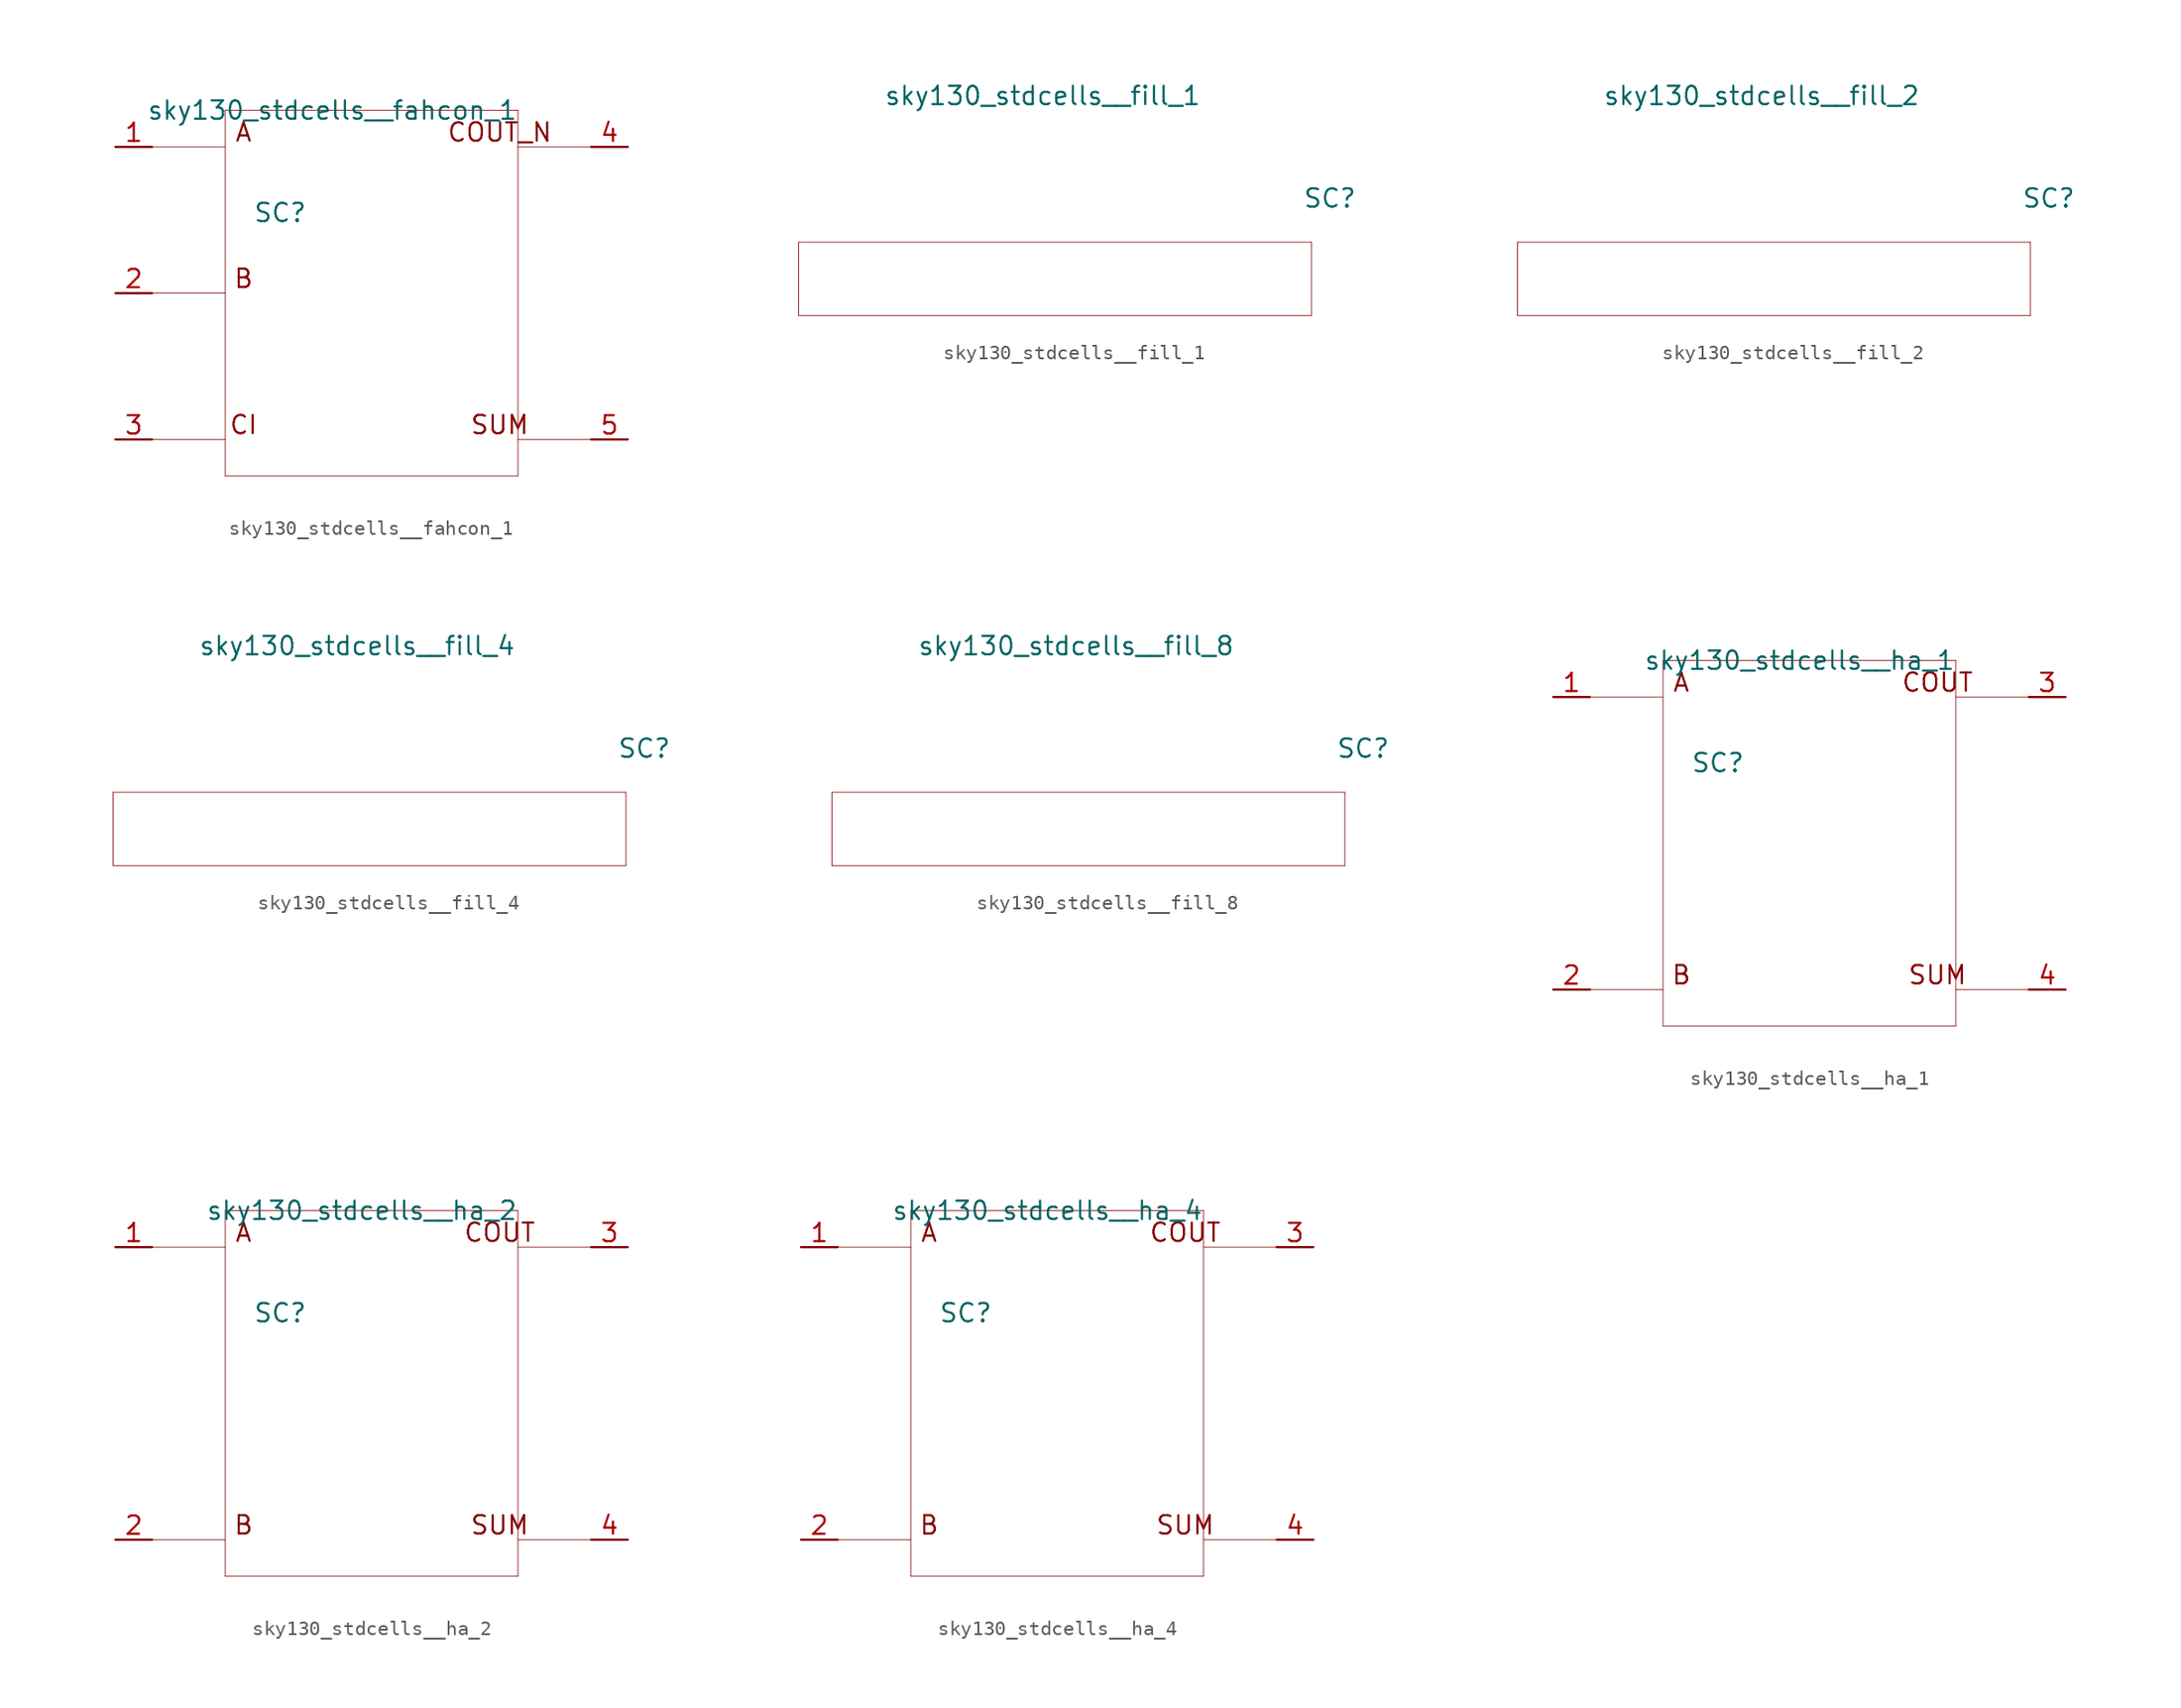
<source format=kicad_sym>
(kicad_symbol_lib
  (version 20211014)
  (generator kicad_symbol_editor)
  (symbol "sky130_stdcells__fahcon_1"
    (pin_names hide)
    (property "Reference" "SC"
      (at -6.35 5.588 0)
      (effects (font (size 1.27 1.27))))
    (property "Value" "sky130_stdcells__fahcon_1"
      (at 10.16 12.7 0)
      (effects (font (size 1.27 1.27)) (justify right)))
    (symbol "sky130_stdcells__fahcon_1_0_0"
      (polyline (pts (xy -15.24 -10.16) (xy -10.16 -10.16)) (stroke (width 0.051) (type default) (color 0 0 0 0)) (fill (type none)))
      (polyline (pts (xy -15.24 0) (xy -10.16 0)) (stroke (width 0.051) (type default) (color 0 0 0 0)) (fill (type none)))
      (polyline (pts (xy -15.24 10.16) (xy -10.16 10.16)) (stroke (width 0.051) (type default) (color 0 0 0 0)) (fill (type none)))
      (polyline (pts (xy -10.16 -12.7) (xy 10.16 -12.7)) (stroke (width 0.051) (type default) (color 0 0 0 0)) (fill (type none)))
      (polyline (pts (xy -10.16 12.7) (xy -10.16 -12.7)) (stroke (width 0.051) (type default) (color 0 0 0 0)) (fill (type none)))
      (polyline (pts (xy -10.16 12.7) (xy 10.16 12.7)) (stroke (width 0.051) (type default) (color 0 0 0 0)) (fill (type none)))
      (polyline (pts (xy 10.16 -10.16) (xy 15.24 -10.16)) (stroke (width 0.051) (type default) (color 0 0 0 0)) (fill (type none)))
      (polyline (pts (xy 10.16 10.16) (xy 15.24 10.16)) (stroke (width 0.051) (type default) (color 0 0 0 0)) (fill (type none)))
      (polyline (pts (xy 10.16 12.7) (xy 10.16 -12.7)) (stroke (width 0.051) (type default) (color 0 0 0 0)) (fill (type none)))
      (text "A" (at -8.89 11.176 0) (effects (font (size 1.27 1.27))))
      (text "B" (at -8.89 1.016 0) (effects (font (size 1.27 1.27))))
      (text "CI" (at -8.89 -9.144 0) (effects (font (size 1.27 1.27))))
      (text "COUT_N" (at 8.89 11.176 0) (effects (font (size 1.27 1.27))))
      (text "SUM" (at 8.89 -9.144 0) (effects (font (size 1.27 1.27)))))
    (symbol "sky130_stdcells__fahcon_1_1_1"
      (pin input line (at -17.78 10.16 0) (length 2.54) (name "A" (effects (font (size 1.092 1.092)))) (number "1" (effects (font (size 1.27 1.27)))))
      (pin input line (at -17.78 0 0) (length 2.54) (name "B" (effects (font (size 1.092 1.092)))) (number "2" (effects (font (size 1.27 1.27)))))
      (pin input line (at -17.78 -10.16 0) (length 2.54) (name "CI" (effects (font (size 1.092 1.092)))) (number "3" (effects (font (size 1.27 1.27)))))
      (pin output line (at 17.78 10.16 180) (length 2.54) (name "COUT_N" (effects (font (size 1.092 1.092)))) (number "4" (effects (font (size 1.27 1.27)))))
      (pin output line (at 17.78 -10.16 180) (length 2.54) (name "SUM" (effects (font (size 1.092 1.092)))) (number "5" (effects (font (size 1.27 1.27)))))))
  (symbol "sky130_stdcells__fill_1"
    (pin_names hide)
    (property "Reference" "SC"
      (at 19.05 5.588 0)
      (effects (font (size 1.27 1.27))))
    (property "Value" "sky130_stdcells__fill_1"
      (at 10.16 12.7 0)
      (effects (font (size 1.27 1.27)) (justify right)))
    (symbol "sky130_stdcells__fill_1_0_0"
      (polyline (pts (xy -17.78 -2.54) (xy 17.78 -2.54)) (stroke (width 0.051) (type default) (color 0 0 0 0)) (fill (type none)))
      (polyline (pts (xy -17.78 2.54) (xy -17.78 -2.54)) (stroke (width 0.051) (type default) (color 0 0 0 0)) (fill (type none)))
      (polyline (pts (xy -17.78 2.54) (xy 17.78 2.54)) (stroke (width 0.051) (type default) (color 0 0 0 0)) (fill (type none)))
      (polyline (pts (xy 17.78 2.54) (xy 17.78 -2.54)) (stroke (width 0.051) (type default) (color 0 0 0 0)) (fill (type none)))))
  (symbol "sky130_stdcells__fill_2"
    (pin_names hide)
    (property "Reference" "SC"
      (at 19.05 5.588 0)
      (effects (font (size 1.27 1.27))))
    (property "Value" "sky130_stdcells__fill_2"
      (at 10.16 12.7 0)
      (effects (font (size 1.27 1.27)) (justify right)))
    (symbol "sky130_stdcells__fill_2_0_0"
      (polyline (pts (xy -17.78 -2.54) (xy 17.78 -2.54)) (stroke (width 0.051) (type default) (color 0 0 0 0)) (fill (type none)))
      (polyline (pts (xy -17.78 2.54) (xy -17.78 -2.54)) (stroke (width 0.051) (type default) (color 0 0 0 0)) (fill (type none)))
      (polyline (pts (xy -17.78 2.54) (xy 17.78 2.54)) (stroke (width 0.051) (type default) (color 0 0 0 0)) (fill (type none)))
      (polyline (pts (xy 17.78 2.54) (xy 17.78 -2.54)) (stroke (width 0.051) (type default) (color 0 0 0 0)) (fill (type none)))))
  (symbol "sky130_stdcells__fill_4"
    (pin_names hide)
    (property "Reference" "SC"
      (at 19.05 5.588 0)
      (effects (font (size 1.27 1.27))))
    (property "Value" "sky130_stdcells__fill_4"
      (at 10.16 12.7 0)
      (effects (font (size 1.27 1.27)) (justify right)))
    (symbol "sky130_stdcells__fill_4_0_0"
      (polyline (pts (xy -17.78 -2.54) (xy 17.78 -2.54)) (stroke (width 0.051) (type default) (color 0 0 0 0)) (fill (type none)))
      (polyline (pts (xy -17.78 2.54) (xy -17.78 -2.54)) (stroke (width 0.051) (type default) (color 0 0 0 0)) (fill (type none)))
      (polyline (pts (xy -17.78 2.54) (xy 17.78 2.54)) (stroke (width 0.051) (type default) (color 0 0 0 0)) (fill (type none)))
      (polyline (pts (xy 17.78 2.54) (xy 17.78 -2.54)) (stroke (width 0.051) (type default) (color 0 0 0 0)) (fill (type none)))))
  (symbol "sky130_stdcells__fill_8"
    (pin_names hide)
    (property "Reference" "SC"
      (at 19.05 5.588 0)
      (effects (font (size 1.27 1.27))))
    (property "Value" "sky130_stdcells__fill_8"
      (at 10.16 12.7 0)
      (effects (font (size 1.27 1.27)) (justify right)))
    (symbol "sky130_stdcells__fill_8_0_0"
      (polyline (pts (xy -17.78 -2.54) (xy 17.78 -2.54)) (stroke (width 0.051) (type default) (color 0 0 0 0)) (fill (type none)))
      (polyline (pts (xy -17.78 2.54) (xy -17.78 -2.54)) (stroke (width 0.051) (type default) (color 0 0 0 0)) (fill (type none)))
      (polyline (pts (xy -17.78 2.54) (xy 17.78 2.54)) (stroke (width 0.051) (type default) (color 0 0 0 0)) (fill (type none)))
      (polyline (pts (xy 17.78 2.54) (xy 17.78 -2.54)) (stroke (width 0.051) (type default) (color 0 0 0 0)) (fill (type none)))))
  (symbol "sky130_stdcells__ha_1"
    (pin_names hide)
    (property "Reference" "SC"
      (at -6.35 5.588 0)
      (effects (font (size 1.27 1.27))))
    (property "Value" "sky130_stdcells__ha_1"
      (at 10.16 12.7 0)
      (effects (font (size 1.27 1.27)) (justify right)))
    (symbol "sky130_stdcells__ha_1_0_0"
      (polyline (pts (xy -15.24 -10.16) (xy -10.16 -10.16)) (stroke (width 0.051) (type default) (color 0 0 0 0)) (fill (type none)))
      (polyline (pts (xy -15.24 10.16) (xy -10.16 10.16)) (stroke (width 0.051) (type default) (color 0 0 0 0)) (fill (type none)))
      (polyline (pts (xy -10.16 -12.7) (xy 10.16 -12.7)) (stroke (width 0.051) (type default) (color 0 0 0 0)) (fill (type none)))
      (polyline (pts (xy -10.16 12.7) (xy -10.16 -12.7)) (stroke (width 0.051) (type default) (color 0 0 0 0)) (fill (type none)))
      (polyline (pts (xy -10.16 12.7) (xy 10.16 12.7)) (stroke (width 0.051) (type default) (color 0 0 0 0)) (fill (type none)))
      (polyline (pts (xy 10.16 -10.16) (xy 15.24 -10.16)) (stroke (width 0.051) (type default) (color 0 0 0 0)) (fill (type none)))
      (polyline (pts (xy 10.16 10.16) (xy 15.24 10.16)) (stroke (width 0.051) (type default) (color 0 0 0 0)) (fill (type none)))
      (polyline (pts (xy 10.16 12.7) (xy 10.16 -12.7)) (stroke (width 0.051) (type default) (color 0 0 0 0)) (fill (type none)))
      (text "A" (at -8.89 11.176 0) (effects (font (size 1.27 1.27))))
      (text "B" (at -8.89 -9.144 0) (effects (font (size 1.27 1.27))))
      (text "COUT" (at 8.89 11.176 0) (effects (font (size 1.27 1.27))))
      (text "SUM" (at 8.89 -9.144 0) (effects (font (size 1.27 1.27)))))
    (symbol "sky130_stdcells__ha_1_1_1"
      (pin input line (at -17.78 10.16 0) (length 2.54) (name "A" (effects (font (size 1.092 1.092)))) (number "1" (effects (font (size 1.27 1.27)))))
      (pin input line (at -17.78 -10.16 0) (length 2.54) (name "B" (effects (font (size 1.092 1.092)))) (number "2" (effects (font (size 1.27 1.27)))))
      (pin output line (at 17.78 10.16 180) (length 2.54) (name "COUT" (effects (font (size 1.092 1.092)))) (number "3" (effects (font (size 1.27 1.27)))))
      (pin output line (at 17.78 -10.16 180) (length 2.54) (name "SUM" (effects (font (size 1.092 1.092)))) (number "4" (effects (font (size 1.27 1.27)))))))
  (symbol "sky130_stdcells__ha_2"
    (pin_names hide)
    (property "Reference" "SC"
      (at -6.35 5.588 0)
      (effects (font (size 1.27 1.27))))
    (property "Value" "sky130_stdcells__ha_2"
      (at 10.16 12.7 0)
      (effects (font (size 1.27 1.27)) (justify right)))
    (symbol "sky130_stdcells__ha_2_0_0"
      (polyline (pts (xy -15.24 -10.16) (xy -10.16 -10.16)) (stroke (width 0.051) (type default) (color 0 0 0 0)) (fill (type none)))
      (polyline (pts (xy -15.24 10.16) (xy -10.16 10.16)) (stroke (width 0.051) (type default) (color 0 0 0 0)) (fill (type none)))
      (polyline (pts (xy -10.16 -12.7) (xy 10.16 -12.7)) (stroke (width 0.051) (type default) (color 0 0 0 0)) (fill (type none)))
      (polyline (pts (xy -10.16 12.7) (xy -10.16 -12.7)) (stroke (width 0.051) (type default) (color 0 0 0 0)) (fill (type none)))
      (polyline (pts (xy -10.16 12.7) (xy 10.16 12.7)) (stroke (width 0.051) (type default) (color 0 0 0 0)) (fill (type none)))
      (polyline (pts (xy 10.16 -10.16) (xy 15.24 -10.16)) (stroke (width 0.051) (type default) (color 0 0 0 0)) (fill (type none)))
      (polyline (pts (xy 10.16 10.16) (xy 15.24 10.16)) (stroke (width 0.051) (type default) (color 0 0 0 0)) (fill (type none)))
      (polyline (pts (xy 10.16 12.7) (xy 10.16 -12.7)) (stroke (width 0.051) (type default) (color 0 0 0 0)) (fill (type none)))
      (text "A" (at -8.89 11.176 0) (effects (font (size 1.27 1.27))))
      (text "B" (at -8.89 -9.144 0) (effects (font (size 1.27 1.27))))
      (text "COUT" (at 8.89 11.176 0) (effects (font (size 1.27 1.27))))
      (text "SUM" (at 8.89 -9.144 0) (effects (font (size 1.27 1.27)))))
    (symbol "sky130_stdcells__ha_2_1_1"
      (pin input line (at -17.78 10.16 0) (length 2.54) (name "A" (effects (font (size 1.092 1.092)))) (number "1" (effects (font (size 1.27 1.27)))))
      (pin input line (at -17.78 -10.16 0) (length 2.54) (name "B" (effects (font (size 1.092 1.092)))) (number "2" (effects (font (size 1.27 1.27)))))
      (pin output line (at 17.78 10.16 180) (length 2.54) (name "COUT" (effects (font (size 1.092 1.092)))) (number "3" (effects (font (size 1.27 1.27)))))
      (pin output line (at 17.78 -10.16 180) (length 2.54) (name "SUM" (effects (font (size 1.092 1.092)))) (number "4" (effects (font (size 1.27 1.27)))))))
  (symbol "sky130_stdcells__ha_4"
    (pin_names hide)
    (property "Reference" "SC"
      (at -6.35 5.588 0)
      (effects (font (size 1.27 1.27))))
    (property "Value" "sky130_stdcells__ha_4"
      (at 10.16 12.7 0)
      (effects (font (size 1.27 1.27)) (justify right)))
    (symbol "sky130_stdcells__ha_4_0_0"
      (polyline (pts (xy -15.24 -10.16) (xy -10.16 -10.16)) (stroke (width 0.051) (type default) (color 0 0 0 0)) (fill (type none)))
      (polyline (pts (xy -15.24 10.16) (xy -10.16 10.16)) (stroke (width 0.051) (type default) (color 0 0 0 0)) (fill (type none)))
      (polyline (pts (xy -10.16 -12.7) (xy 10.16 -12.7)) (stroke (width 0.051) (type default) (color 0 0 0 0)) (fill (type none)))
      (polyline (pts (xy -10.16 12.7) (xy -10.16 -12.7)) (stroke (width 0.051) (type default) (color 0 0 0 0)) (fill (type none)))
      (polyline (pts (xy -10.16 12.7) (xy 10.16 12.7)) (stroke (width 0.051) (type default) (color 0 0 0 0)) (fill (type none)))
      (polyline (pts (xy 10.16 -10.16) (xy 15.24 -10.16)) (stroke (width 0.051) (type default) (color 0 0 0 0)) (fill (type none)))
      (polyline (pts (xy 10.16 10.16) (xy 15.24 10.16)) (stroke (width 0.051) (type default) (color 0 0 0 0)) (fill (type none)))
      (polyline (pts (xy 10.16 12.7) (xy 10.16 -12.7)) (stroke (width 0.051) (type default) (color 0 0 0 0)) (fill (type none)))
      (text "A" (at -8.89 11.176 0) (effects (font (size 1.27 1.27))))
      (text "B" (at -8.89 -9.144 0) (effects (font (size 1.27 1.27))))
      (text "COUT" (at 8.89 11.176 0) (effects (font (size 1.27 1.27))))
      (text "SUM" (at 8.89 -9.144 0) (effects (font (size 1.27 1.27)))))
    (symbol "sky130_stdcells__ha_4_1_1"
      (pin input line (at -17.78 10.16 0) (length 2.54) (name "A" (effects (font (size 1.092 1.092)))) (number "1" (effects (font (size 1.27 1.27)))))
      (pin input line (at -17.78 -10.16 0) (length 2.54) (name "B" (effects (font (size 1.092 1.092)))) (number "2" (effects (font (size 1.27 1.27)))))
      (pin output line (at 17.78 10.16 180) (length 2.54) (name "COUT" (effects (font (size 1.092 1.092)))) (number "3" (effects (font (size 1.27 1.27)))))
      (pin output line (at 17.78 -10.16 180) (length 2.54) (name "SUM" (effects (font (size 1.092 1.092)))) (number "4" (effects (font (size 1.27 1.27))))))))
</source>
